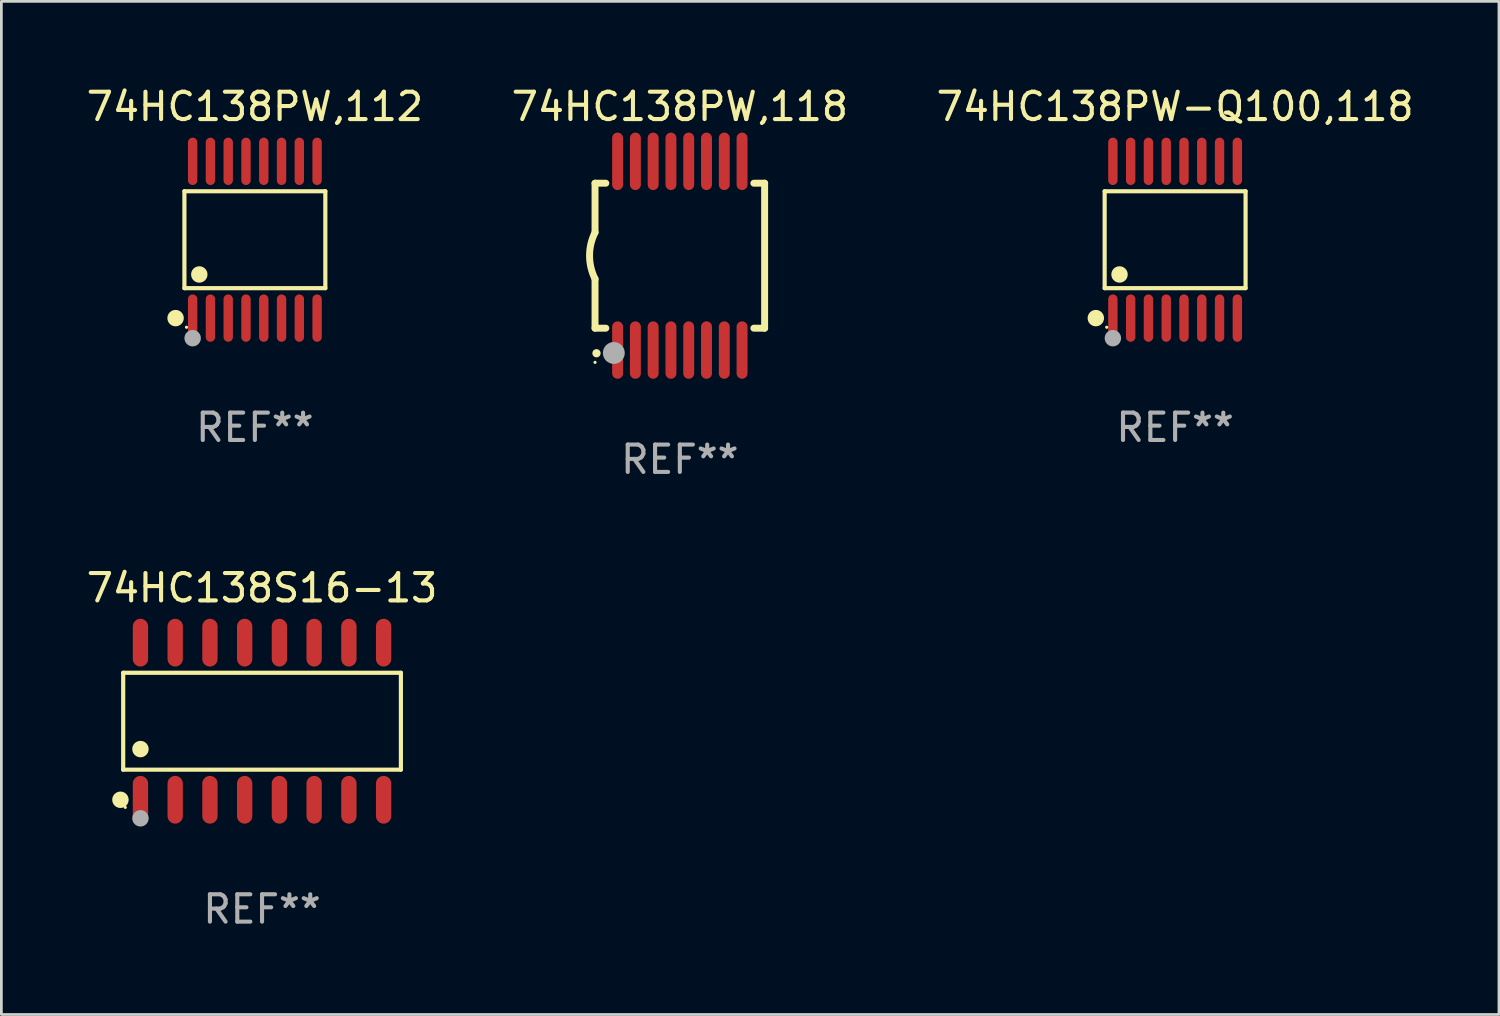
<source format=kicad_pcb>
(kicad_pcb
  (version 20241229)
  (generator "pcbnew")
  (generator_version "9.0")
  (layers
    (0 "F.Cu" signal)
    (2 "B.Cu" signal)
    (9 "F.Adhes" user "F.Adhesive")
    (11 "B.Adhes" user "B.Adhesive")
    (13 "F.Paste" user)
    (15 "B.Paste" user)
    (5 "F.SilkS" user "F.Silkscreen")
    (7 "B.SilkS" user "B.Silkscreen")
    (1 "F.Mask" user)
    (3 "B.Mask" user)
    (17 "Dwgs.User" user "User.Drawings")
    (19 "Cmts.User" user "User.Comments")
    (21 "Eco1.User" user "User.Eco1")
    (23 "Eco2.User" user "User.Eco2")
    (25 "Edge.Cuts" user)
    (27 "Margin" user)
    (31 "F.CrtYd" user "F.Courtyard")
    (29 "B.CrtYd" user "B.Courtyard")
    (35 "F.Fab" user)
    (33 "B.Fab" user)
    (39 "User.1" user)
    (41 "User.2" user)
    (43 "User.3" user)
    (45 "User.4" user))
  (footprint "74HC138PW,118"
    (layer "F.Cu")
    (at 21.804 6.298)
    (property "Reference" "74HC138PW,118" (at 0 -5.45 0) (layer "F.SilkS") (effects (font (size 1 1) (thickness 0.15))))
    (attr through_hole)
    (fp_line (start -3.1 -2.65) (end -3.1 -0.85) (stroke (width 0.254) (type solid)) (layer "F.SilkS"))
    (fp_line (start -3.1 -2.65) (end -2.706 -2.65) (stroke (width 0.254) (type solid)) (layer "F.SilkS"))
    (fp_line (start -3.1 2.65) (end -3.1 0.85) (stroke (width 0.254) (type solid)) (layer "F.SilkS"))
    (fp_line (start -3.1 2.65) (end -2.706 2.65) (stroke (width 0.254) (type solid)) (layer "F.SilkS"))
    (fp_line (start 2.706 -2.65) (end 3.1 -2.65) (stroke (width 0.254) (type solid)) (layer "F.SilkS"))
    (fp_line (start 2.706 2.65) (end 3.1 2.65) (stroke (width 0.254) (type solid)) (layer "F.SilkS"))
    (fp_line (start 3.1 -2.65) (end 3.1 2.65) (stroke (width 0.254) (type solid)) (layer "F.SilkS"))
    (fp_arc (start -3.098907 0.850902) (mid -3.300057 0.000523) (end -3.1 -0.850114) (stroke (width 0.254001) (type solid)) (layer "F.SilkS"))
    (fp_arc (start -3.048006 3.566066) (mid -3.046736 3.566061) (end -3.045466 3.566066) (stroke (width 0.3) (type solid)) (layer "F.SilkS"))
    (fp_circle (center -3.1 3.9) (end -3.07 3.9) (stroke (width 0.06) (type solid)) (fill no) (layer "F.SilkS"))
    (fp_circle (center -2.413 3.556) (end -2.213 3.556) (stroke (width 0.4) (type solid)) (fill no) (layer "F.Fab"))
    (fp_text user "REF**" (at 0 7.45 0) (layer "F.Fab") (effects (font (size 1 1) (thickness 0.15))))
    (pad "1" smd oval (at -2.275 3.45 180) (size 0.4 2.1) (layers "F.Cu" "F.Mask" "F.Paste"))
    (pad "2" smd oval (at -1.625 3.45 180) (size 0.4 2.1) (layers "F.Cu" "F.Mask" "F.Paste"))
    (pad "3" smd oval (at -0.975 3.45 180) (size 0.4 2.1) (layers "F.Cu" "F.Mask" "F.Paste"))
    (pad "4" smd oval (at -0.325 3.45 180) (size 0.4 2.1) (layers "F.Cu" "F.Mask" "F.Paste"))
    (pad "5" smd oval (at 0.325 3.45 180) (size 0.4 2.1) (layers "F.Cu" "F.Mask" "F.Paste"))
    (pad "6" smd oval (at 0.975 3.45 180) (size 0.4 2.1) (layers "F.Cu" "F.Mask" "F.Paste"))
    (pad "7" smd oval (at 1.625 3.45 180) (size 0.4 2.1) (layers "F.Cu" "F.Mask" "F.Paste"))
    (pad "8" smd oval (at 2.275 3.45 180) (size 0.4 2.1) (layers "F.Cu" "F.Mask" "F.Paste"))
    (pad "9" smd oval (at 2.275 -3.45 180) (size 0.4 2.1) (layers "F.Cu" "F.Mask" "F.Paste"))
    (pad "10" smd oval (at 1.625 -3.45 180) (size 0.4 2.1) (layers "F.Cu" "F.Mask" "F.Paste"))
    (pad "11" smd oval (at 0.975 -3.45 180) (size 0.4 2.1) (layers "F.Cu" "F.Mask" "F.Paste"))
    (pad "12" smd oval (at 0.325 -3.45 180) (size 0.4 2.1) (layers "F.Cu" "F.Mask" "F.Paste"))
    (pad "13" smd oval (at -0.325 -3.45 180) (size 0.4 2.1) (layers "F.Cu" "F.Mask" "F.Paste"))
    (pad "14" smd oval (at -0.975 -3.45 180) (size 0.4 2.1) (layers "F.Cu" "F.Mask" "F.Paste"))
    (pad "15" smd oval (at -1.625 -3.45 180) (size 0.4 2.1) (layers "F.Cu" "F.Mask" "F.Paste"))
    (pad "16" smd oval (at -2.275 -3.45 180) (size 0.4 2.1) (layers "F.Cu" "F.Mask" "F.Paste")))
  (footprint "74HC138PW-Q100,118"
    (layer "F.Cu")
    (at 39.911 5.714)
    (property "Reference" "74HC138PW-Q100,118" (at 0 -4.866 0) (layer "F.SilkS") (effects (font (size 1 1) (thickness 0.15))))
    (attr through_hole)
    (fp_line (start -2.576 -1.772) (end 2.576 -1.772) (stroke (width 0.152) (type solid)) (layer "F.SilkS"))
    (fp_line (start -2.576 1.771) (end -2.576 -1.772) (stroke (width 0.152) (type solid)) (layer "F.SilkS"))
    (fp_line (start 2.576 -1.772) (end 2.576 1.771) (stroke (width 0.152) (type solid)) (layer "F.SilkS"))
    (fp_line (start 2.576 1.771) (end -2.576 1.771) (stroke (width 0.152) (type solid)) (layer "F.SilkS"))
    (fp_circle (center -2.899 2.866) (end -2.749 2.866) (stroke (width 0.3) (type solid)) (fill no) (layer "F.SilkS"))
    (fp_circle (center -2.5 3.2) (end -2.47 3.2) (stroke (width 0.06) (type solid)) (fill no) (layer "F.SilkS"))
    (fp_circle (center -2.032 1.27) (end -1.882 1.27) (stroke (width 0.3) (type solid)) (fill no) (layer "F.SilkS"))
    (fp_circle (center -2.275 3.6) (end -2.125 3.6) (stroke (width 0.3) (type solid)) (fill no) (layer "F.Fab"))
    (fp_text user "REF**" (at 0 6.866 0) (layer "F.Fab") (effects (font (size 1 1) (thickness 0.15))))
    (pad "1" smd oval (at -2.275 2.866) (size 0.343 1.731) (layers "F.Cu" "F.Mask" "F.Paste"))
    (pad "2" smd oval (at -1.625 2.866) (size 0.343 1.731) (layers "F.Cu" "F.Mask" "F.Paste"))
    (pad "3" smd oval (at -0.975 2.866) (size 0.343 1.731) (layers "F.Cu" "F.Mask" "F.Paste"))
    (pad "4" smd oval (at -0.325 2.866) (size 0.343 1.731) (layers "F.Cu" "F.Mask" "F.Paste"))
    (pad "5" smd oval (at 0.325 2.866) (size 0.343 1.731) (layers "F.Cu" "F.Mask" "F.Paste"))
    (pad "6" smd oval (at 0.975 2.866) (size 0.343 1.731) (layers "F.Cu" "F.Mask" "F.Paste"))
    (pad "7" smd oval (at 1.625 2.866) (size 0.343 1.731) (layers "F.Cu" "F.Mask" "F.Paste"))
    (pad "8" smd oval (at 2.275 2.866) (size 0.343 1.731) (layers "F.Cu" "F.Mask" "F.Paste"))
    (pad "9" smd oval (at 2.275 -2.866) (size 0.343 1.731) (layers "F.Cu" "F.Mask" "F.Paste"))
    (pad "10" smd oval (at 1.625 -2.866) (size 0.343 1.731) (layers "F.Cu" "F.Mask" "F.Paste"))
    (pad "11" smd oval (at 0.975 -2.866) (size 0.343 1.731) (layers "F.Cu" "F.Mask" "F.Paste"))
    (pad "12" smd oval (at 0.325 -2.866) (size 0.343 1.731) (layers "F.Cu" "F.Mask" "F.Paste"))
    (pad "13" smd oval (at -0.325 -2.866) (size 0.343 1.731) (layers "F.Cu" "F.Mask" "F.Paste"))
    (pad "14" smd oval (at -0.975 -2.866) (size 0.343 1.731) (layers "F.Cu" "F.Mask" "F.Paste"))
    (pad "15" smd oval (at -1.625 -2.866) (size 0.343 1.731) (layers "F.Cu" "F.Mask" "F.Paste"))
    (pad "16" smd oval (at -2.275 -2.866) (size 0.343 1.731) (layers "F.Cu" "F.Mask" "F.Paste")))
  (footprint "74HC138S16-13"
    (layer "F.Cu")
    (at 6.53 23.317)
    (property "Reference" "74HC138S16-13" (at 0 -4.872 0) (layer "F.SilkS") (effects (font (size 1 1) (thickness 0.15))))
    (attr through_hole)
    (fp_line (start -5.076 -1.771) (end 5.076 -1.771) (stroke (width 0.152) (type solid)) (layer "F.SilkS"))
    (fp_line (start -5.076 1.771) (end -5.076 -1.771) (stroke (width 0.152) (type solid)) (layer "F.SilkS"))
    (fp_line (start 5.076 -1.771) (end 5.076 1.771) (stroke (width 0.152) (type solid)) (layer "F.SilkS"))
    (fp_line (start 5.076 1.771) (end -5.076 1.771) (stroke (width 0.152) (type solid)) (layer "F.SilkS"))
    (fp_circle (center -5.177 2.872) (end -5.027 2.872) (stroke (width 0.3) (type solid)) (fill no) (layer "F.SilkS"))
    (fp_circle (center -5 3.15) (end -4.97 3.15) (stroke (width 0.06) (type solid)) (fill no) (layer "F.SilkS"))
    (fp_circle (center -4.445 1.019) (end -4.295 1.019) (stroke (width 0.3) (type solid)) (fill no) (layer "F.SilkS"))
    (fp_circle (center -4.445 3.55) (end -4.295 3.55) (stroke (width 0.3) (type solid)) (fill no) (layer "F.Fab"))
    (fp_text user "REF**" (at 0 6.872 0) (layer "F.Fab") (effects (font (size 1 1) (thickness 0.15))))
    (pad "1" smd oval (at -4.445 2.872) (size 0.56 1.745) (layers "F.Cu" "F.Mask" "F.Paste"))
    (pad "2" smd oval (at -3.175 2.872) (size 0.56 1.745) (layers "F.Cu" "F.Mask" "F.Paste"))
    (pad "3" smd oval (at -1.905 2.872) (size 0.56 1.745) (layers "F.Cu" "F.Mask" "F.Paste"))
    (pad "4" smd oval (at -0.635 2.872) (size 0.56 1.745) (layers "F.Cu" "F.Mask" "F.Paste"))
    (pad "5" smd oval (at 0.635 2.872) (size 0.56 1.745) (layers "F.Cu" "F.Mask" "F.Paste"))
    (pad "6" smd oval (at 1.905 2.872) (size 0.56 1.745) (layers "F.Cu" "F.Mask" "F.Paste"))
    (pad "7" smd oval (at 3.175 2.872) (size 0.56 1.745) (layers "F.Cu" "F.Mask" "F.Paste"))
    (pad "8" smd oval (at 4.445 2.872) (size 0.56 1.745) (layers "F.Cu" "F.Mask" "F.Paste"))
    (pad "9" smd oval (at 4.445 -2.872) (size 0.56 1.745) (layers "F.Cu" "F.Mask" "F.Paste"))
    (pad "10" smd oval (at 3.175 -2.872) (size 0.56 1.745) (layers "F.Cu" "F.Mask" "F.Paste"))
    (pad "11" smd oval (at 1.905 -2.872) (size 0.56 1.745) (layers "F.Cu" "F.Mask" "F.Paste"))
    (pad "12" smd oval (at 0.635 -2.872) (size 0.56 1.745) (layers "F.Cu" "F.Mask" "F.Paste"))
    (pad "13" smd oval (at -0.635 -2.872) (size 0.56 1.745) (layers "F.Cu" "F.Mask" "F.Paste"))
    (pad "14" smd oval (at -1.905 -2.872) (size 0.56 1.745) (layers "F.Cu" "F.Mask" "F.Paste"))
    (pad "15" smd oval (at -3.175 -2.872) (size 0.56 1.745) (layers "F.Cu" "F.Mask" "F.Paste"))
    (pad "16" smd oval (at -4.445 -2.872) (size 0.56 1.745) (layers "F.Cu" "F.Mask" "F.Paste")))
  (footprint "74HC138PW,112"
    (layer "F.Cu")
    (at 6.268 5.714)
    (property "Reference" "74HC138PW,112" (at 0 -4.866 0) (layer "F.SilkS") (effects (font (size 1 1) (thickness 0.15))))
    (attr through_hole)
    (fp_line (start -2.576 -1.772) (end 2.576 -1.772) (stroke (width 0.152) (type solid)) (layer "F.SilkS"))
    (fp_line (start -2.576 1.771) (end -2.576 -1.772) (stroke (width 0.152) (type solid)) (layer "F.SilkS"))
    (fp_line (start 2.576 -1.772) (end 2.576 1.771) (stroke (width 0.152) (type solid)) (layer "F.SilkS"))
    (fp_line (start 2.576 1.771) (end -2.576 1.771) (stroke (width 0.152) (type solid)) (layer "F.SilkS"))
    (fp_circle (center -2.899 2.866) (end -2.749 2.866) (stroke (width 0.3) (type solid)) (fill no) (layer "F.SilkS"))
    (fp_circle (center -2.5 3.2) (end -2.47 3.2) (stroke (width 0.06) (type solid)) (fill no) (layer "F.SilkS"))
    (fp_circle (center -2.032 1.27) (end -1.882 1.27) (stroke (width 0.3) (type solid)) (fill no) (layer "F.SilkS"))
    (fp_circle (center -2.275 3.6) (end -2.125 3.6) (stroke (width 0.3) (type solid)) (fill no) (layer "F.Fab"))
    (fp_text user "REF**" (at 0 6.866 0) (layer "F.Fab") (effects (font (size 1 1) (thickness 0.15))))
    (pad "1" smd oval (at -2.275 2.866) (size 0.343 1.731) (layers "F.Cu" "F.Mask" "F.Paste"))
    (pad "2" smd oval (at -1.625 2.866) (size 0.343 1.731) (layers "F.Cu" "F.Mask" "F.Paste"))
    (pad "3" smd oval (at -0.975 2.866) (size 0.343 1.731) (layers "F.Cu" "F.Mask" "F.Paste"))
    (pad "4" smd oval (at -0.325 2.866) (size 0.343 1.731) (layers "F.Cu" "F.Mask" "F.Paste"))
    (pad "5" smd oval (at 0.325 2.866) (size 0.343 1.731) (layers "F.Cu" "F.Mask" "F.Paste"))
    (pad "6" smd oval (at 0.975 2.866) (size 0.343 1.731) (layers "F.Cu" "F.Mask" "F.Paste"))
    (pad "7" smd oval (at 1.625 2.866) (size 0.343 1.731) (layers "F.Cu" "F.Mask" "F.Paste"))
    (pad "8" smd oval (at 2.275 2.866) (size 0.343 1.731) (layers "F.Cu" "F.Mask" "F.Paste"))
    (pad "9" smd oval (at 2.275 -2.866) (size 0.343 1.731) (layers "F.Cu" "F.Mask" "F.Paste"))
    (pad "10" smd oval (at 1.625 -2.866) (size 0.343 1.731) (layers "F.Cu" "F.Mask" "F.Paste"))
    (pad "11" smd oval (at 0.975 -2.866) (size 0.343 1.731) (layers "F.Cu" "F.Mask" "F.Paste"))
    (pad "12" smd oval (at 0.325 -2.866) (size 0.343 1.731) (layers "F.Cu" "F.Mask" "F.Paste"))
    (pad "13" smd oval (at -0.325 -2.866) (size 0.343 1.731) (layers "F.Cu" "F.Mask" "F.Paste"))
    (pad "14" smd oval (at -0.975 -2.866) (size 0.343 1.731) (layers "F.Cu" "F.Mask" "F.Paste"))
    (pad "15" smd oval (at -1.625 -2.866) (size 0.343 1.731) (layers "F.Cu" "F.Mask" "F.Paste"))
    (pad "16" smd oval (at -2.275 -2.866) (size 0.343 1.731) (layers "F.Cu" "F.Mask" "F.Paste")))
  (gr_rect
    (start -3 -3)
    (end 51.75 34.038)
    (stroke (width 0.1) (type default))
    (fill no)
    (layer "Edge.Cuts")))
</source>
